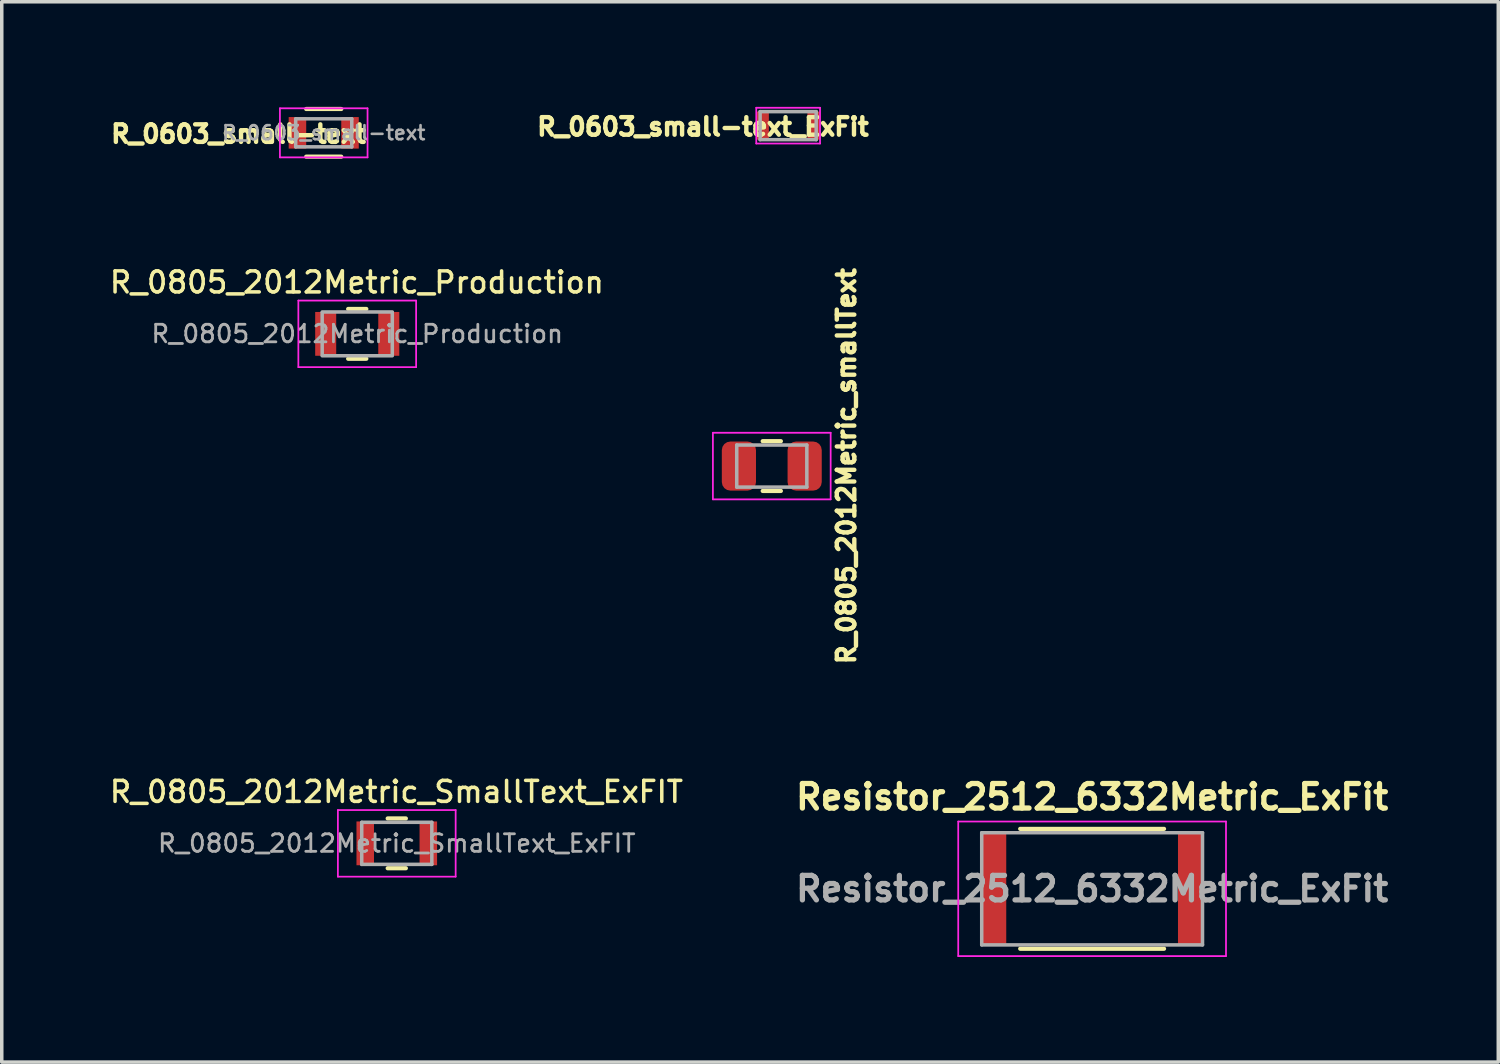
<source format=kicad_pcb>
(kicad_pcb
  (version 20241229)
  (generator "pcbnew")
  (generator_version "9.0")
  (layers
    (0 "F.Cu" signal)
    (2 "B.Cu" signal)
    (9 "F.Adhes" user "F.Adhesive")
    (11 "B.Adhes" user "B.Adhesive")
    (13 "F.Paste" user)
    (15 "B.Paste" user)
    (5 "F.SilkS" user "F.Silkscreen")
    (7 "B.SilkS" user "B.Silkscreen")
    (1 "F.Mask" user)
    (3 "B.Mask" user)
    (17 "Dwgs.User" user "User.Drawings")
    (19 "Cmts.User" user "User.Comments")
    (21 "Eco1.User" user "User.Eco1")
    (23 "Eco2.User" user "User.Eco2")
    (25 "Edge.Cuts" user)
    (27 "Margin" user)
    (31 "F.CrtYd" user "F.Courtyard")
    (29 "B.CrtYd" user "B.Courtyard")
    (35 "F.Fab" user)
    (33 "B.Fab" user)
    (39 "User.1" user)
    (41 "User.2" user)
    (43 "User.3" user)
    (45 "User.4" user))
  (footprint "Resistor_2512_6332Metric_ExFit"
    (layer "F.Cu")
    (at 28.111 22.31)
    (property "Reference" "Resistor_2512_6332Metric_ExFit" (at 0 -2.62 0) (layer "F.SilkS") (effects (font (size 0.7 0.7) (thickness 0.15))))
    (attr smd)
    (fp_line (start -2.052 -1.71) (end 2.052 -1.71) (stroke (width 0.12) (type solid)) (layer "F.SilkS"))
    (fp_line (start -2.052 1.71) (end 2.052 1.71) (stroke (width 0.12) (type solid)) (layer "F.SilkS"))
    (fp_line (start -3.82 -1.92) (end 3.82 -1.92) (stroke (width 0.05) (type solid)) (layer "F.CrtYd"))
    (fp_line (start -3.82 1.92) (end -3.82 -1.92) (stroke (width 0.05) (type solid)) (layer "F.CrtYd"))
    (fp_line (start 3.82 -1.92) (end 3.82 1.92) (stroke (width 0.05) (type solid)) (layer "F.CrtYd"))
    (fp_line (start 3.82 1.92) (end -3.82 1.92) (stroke (width 0.05) (type solid)) (layer "F.CrtYd"))
    (fp_line (start -3.15 -1.6) (end 3.15 -1.6) (stroke (width 0.1) (type solid)) (layer "F.Fab"))
    (fp_line (start -3.15 1.6) (end -3.15 -1.6) (stroke (width 0.1) (type solid)) (layer "F.Fab"))
    (fp_line (start 3.15 -1.6) (end 3.15 1.6) (stroke (width 0.1) (type solid)) (layer "F.Fab"))
    (fp_line (start 3.15 1.6) (end -3.15 1.6) (stroke (width 0.1) (type solid)) (layer "F.Fab"))
    (fp_text user "${REFERENCE}" (at 0 0 0) (layer "F.Fab") (effects (font (size 0.7 0.7) (thickness 0.15))))
    (pad "1" smd rect (at -2.8 0) (size 0.7 3.2) (layers "F.Cu" "F.Mask" "F.Paste"))
    (pad "2" smd rect (at 2.8 0) (size 0.7 3.2) (layers "F.Cu" "F.Mask" "F.Paste")))
  (footprint "R_0805_2012Metric_Production"
    (layer "F.Cu")
    (at 7.143 6.476)
    (property "Reference" "R_0805_2012Metric_Production" (at -0.01 -1.47 0) (layer "F.SilkS") (effects (font (size 0.6 0.6) (thickness 0.1))))
    (attr smd)
    (fp_line (start -0.259 -0.71) (end 0.259 -0.71) (stroke (width 0.12) (type solid)) (layer "F.SilkS"))
    (fp_line (start -0.259 0.71) (end 0.259 0.71) (stroke (width 0.12) (type solid)) (layer "F.SilkS"))
    (fp_line (start -1.68 -0.95) (end 1.68 -0.95) (stroke (width 0.05) (type solid)) (layer "F.CrtYd"))
    (fp_line (start -1.68 0.95) (end -1.68 -0.95) (stroke (width 0.05) (type solid)) (layer "F.CrtYd"))
    (fp_line (start 1.68 -0.95) (end 1.68 0.95) (stroke (width 0.05) (type solid)) (layer "F.CrtYd"))
    (fp_line (start 1.68 0.95) (end -1.68 0.95) (stroke (width 0.05) (type solid)) (layer "F.CrtYd"))
    (fp_line (start -1 -0.625) (end 1 -0.625) (stroke (width 0.1) (type solid)) (layer "F.Fab"))
    (fp_line (start -1 0.6) (end -1 -0.6) (stroke (width 0.1) (type solid)) (layer "F.Fab"))
    (fp_line (start 1 -0.6) (end 1 0.6) (stroke (width 0.1) (type solid)) (layer "F.Fab"))
    (fp_line (start 1 0.625) (end -1 0.625) (stroke (width 0.1) (type solid)) (layer "F.Fab"))
    (fp_text user "${REFERENCE}" (at 0 0 0) (layer "F.Fab") (effects (font (size 0.5 0.5) (thickness 0.08))))
    (pad "1" smd rect (at -0.9 0) (size 0.6 1.25) (layers "F.Cu" "F.Mask" "F.Paste"))
    (pad "2" smd rect (at 0.9 0) (size 0.6 1.25) (layers "F.Cu" "F.Mask" "F.Paste")))
  (footprint "R_0603_small-text"
    (layer "F.Cu")
    (at 6.187 0.74)
    (property "Reference" "R_0603_small-text" (at -2.431 0.033 0) (layer "F.SilkS") (effects (font (size 0.5 0.5) (thickness 0.125))))
    (attr smd)
    (fp_line (start -0.5 -0.68) (end 0.5 -0.68) (stroke (width 0.12) (type solid)) (layer "F.SilkS"))
    (fp_line (start 0.5 0.68) (end -0.5 0.68) (stroke (width 0.12) (type solid)) (layer "F.SilkS"))
    (fp_line (start -1.25 -0.7) (end -1.25 0.7) (stroke (width 0.05) (type solid)) (layer "F.CrtYd"))
    (fp_line (start -1.25 -0.7) (end 1.25 -0.7) (stroke (width 0.05) (type solid)) (layer "F.CrtYd"))
    (fp_line (start 1.25 0.7) (end -1.25 0.7) (stroke (width 0.05) (type solid)) (layer "F.CrtYd"))
    (fp_line (start 1.25 0.7) (end 1.25 -0.7) (stroke (width 0.05) (type solid)) (layer "F.CrtYd"))
    (fp_line (start -0.8 -0.4) (end 0.8 -0.4) (stroke (width 0.1) (type solid)) (layer "F.Fab"))
    (fp_line (start -0.8 0.4) (end -0.8 -0.4) (stroke (width 0.1) (type solid)) (layer "F.Fab"))
    (fp_line (start 0.8 -0.4) (end 0.8 0.4) (stroke (width 0.1) (type solid)) (layer "F.Fab"))
    (fp_line (start 0.8 0.4) (end -0.8 0.4) (stroke (width 0.1) (type solid)) (layer "F.Fab"))
    (fp_text user "${REFERENCE}" (at 0 0 0) (layer "F.Fab") (effects (font (size 0.4 0.4) (thickness 0.075))))
    (pad "1" smd rect (at -0.75 0) (size 0.5 0.9) (layers "F.Cu" "F.Mask" "F.Paste"))
    (pad "2" smd rect (at 0.75 0) (size 0.5 0.9) (layers "F.Cu" "F.Mask" "F.Paste")))
  (footprint "R_0805_2012Metric_smallText"
    (layer "F.Cu")
    (at 18.971 10.248)
    (property "Reference" "R_0805_2012Metric_smallText" (at 2.13 0 270) (layer "F.SilkS") (effects (font (size 0.5 0.5) (thickness 0.125))))
    (attr smd)
    (fp_line (start -0.259 -0.71) (end 0.259 -0.71) (stroke (width 0.12) (type solid)) (layer "F.SilkS"))
    (fp_line (start -0.259 0.71) (end 0.259 0.71) (stroke (width 0.12) (type solid)) (layer "F.SilkS"))
    (fp_line (start -1.68 -0.95) (end 1.68 -0.95) (stroke (width 0.05) (type solid)) (layer "F.CrtYd"))
    (fp_line (start -1.68 0.95) (end -1.68 -0.95) (stroke (width 0.05) (type solid)) (layer "F.CrtYd"))
    (fp_line (start 1.68 -0.95) (end 1.68 0.95) (stroke (width 0.05) (type solid)) (layer "F.CrtYd"))
    (fp_line (start 1.68 0.95) (end -1.68 0.95) (stroke (width 0.05) (type solid)) (layer "F.CrtYd"))
    (fp_line (start -1 -0.6) (end 1 -0.6) (stroke (width 0.1) (type solid)) (layer "F.Fab"))
    (fp_line (start -1 0.6) (end -1 -0.6) (stroke (width 0.1) (type solid)) (layer "F.Fab"))
    (fp_line (start 1 -0.6) (end 1 0.6) (stroke (width 0.1) (type solid)) (layer "F.Fab"))
    (fp_line (start 1 0.6) (end -1 0.6) (stroke (width 0.1) (type solid)) (layer "F.Fab"))
    (pad "1" smd roundrect (at -0.938 0) (size 0.975 1.4) (layers "F.Cu" "F.Mask" "F.Paste") (roundrect_rratio 0.25))
    (pad "2" smd roundrect (at 0.938 0) (size 0.975 1.4) (layers "F.Cu" "F.Mask" "F.Paste") (roundrect_rratio 0.25)))
  (footprint "R_0603_small-text_ExFit"
    (layer "F.Cu")
    (at 19.438 0.535)
    (property "Reference" "R_0603_small-text_ExFit" (at -2.431 0.033 0) (layer "F.SilkS") (effects (font (size 0.5 0.5) (thickness 0.125))))
    (attr smd)
    (fp_line (start -0.91 -0.51) (end -0.91 0.51) (stroke (width 0.05) (type solid)) (layer "F.CrtYd"))
    (fp_line (start -0.91 -0.51) (end 0.91 -0.51) (stroke (width 0.05) (type solid)) (layer "F.CrtYd"))
    (fp_line (start 0.91 0.51) (end -0.91 0.51) (stroke (width 0.05) (type solid)) (layer "F.CrtYd"))
    (fp_line (start 0.91 0.51) (end 0.91 -0.51) (stroke (width 0.05) (type solid)) (layer "F.CrtYd"))
    (fp_line (start -0.8 -0.4) (end 0.8 -0.4) (stroke (width 0.1) (type solid)) (layer "F.Fab"))
    (fp_line (start -0.8 0.4) (end -0.8 -0.4) (stroke (width 0.1) (type solid)) (layer "F.Fab"))
    (fp_line (start 0.8 -0.4) (end 0.8 0.4) (stroke (width 0.1) (type solid)) (layer "F.Fab"))
    (fp_line (start 0.8 0.4) (end -0.8 0.4) (stroke (width 0.1) (type solid)) (layer "F.Fab"))
    (pad "1" smd rect (at -0.725 0) (size 0.35 0.8) (layers "F.Cu" "F.Mask" "F.Paste"))
    (pad "2" smd rect (at 0.725 0) (size 0.35 0.8) (layers "F.Cu" "F.Mask" "F.Paste")))
  (footprint "R_0805_2012Metric_SmallText_ExFIT"
    (layer "F.Cu")
    (at 8.271 21.013)
    (property "Reference" "R_0805_2012Metric_SmallText_ExFIT" (at -0.01 -1.47 0) (layer "F.SilkS") (effects (font (size 0.6 0.6) (thickness 0.1))))
    (attr smd)
    (fp_line (start -0.259 -0.71) (end 0.259 -0.71) (stroke (width 0.12) (type solid)) (layer "F.SilkS"))
    (fp_line (start -0.259 0.71) (end 0.259 0.71) (stroke (width 0.12) (type solid)) (layer "F.SilkS"))
    (fp_line (start -1.68 -0.95) (end 1.68 -0.95) (stroke (width 0.05) (type solid)) (layer "F.CrtYd"))
    (fp_line (start -1.68 0.95) (end -1.68 -0.95) (stroke (width 0.05) (type solid)) (layer "F.CrtYd"))
    (fp_line (start 1.68 -0.95) (end 1.68 0.95) (stroke (width 0.05) (type solid)) (layer "F.CrtYd"))
    (fp_line (start 1.68 0.95) (end -1.68 0.95) (stroke (width 0.05) (type solid)) (layer "F.CrtYd"))
    (fp_line (start -1 -0.6) (end 1 -0.6) (stroke (width 0.1) (type solid)) (layer "F.Fab"))
    (fp_line (start -1 0.6) (end -1 -0.6) (stroke (width 0.1) (type solid)) (layer "F.Fab"))
    (fp_line (start 1 -0.6) (end 1 0.6) (stroke (width 0.1) (type solid)) (layer "F.Fab"))
    (fp_line (start 1 0.6) (end -1 0.6) (stroke (width 0.1) (type solid)) (layer "F.Fab"))
    (fp_text user "${REFERENCE}" (at 0 0 0) (layer "F.Fab") (effects (font (size 0.5 0.5) (thickness 0.08))))
    (pad "1" smd rect (at -0.9 0) (size 0.5 1.25) (layers "F.Cu" "F.Mask" "F.Paste"))
    (pad "2" smd rect (at 0.9 0) (size 0.5 1.25) (layers "F.Cu" "F.Mask" "F.Paste")))
  (gr_rect
    (start -3 -3)
    (end 39.7 27.255)
    (stroke (width 0.1) (type default))
    (fill no)
    (layer "Edge.Cuts")))
</source>
